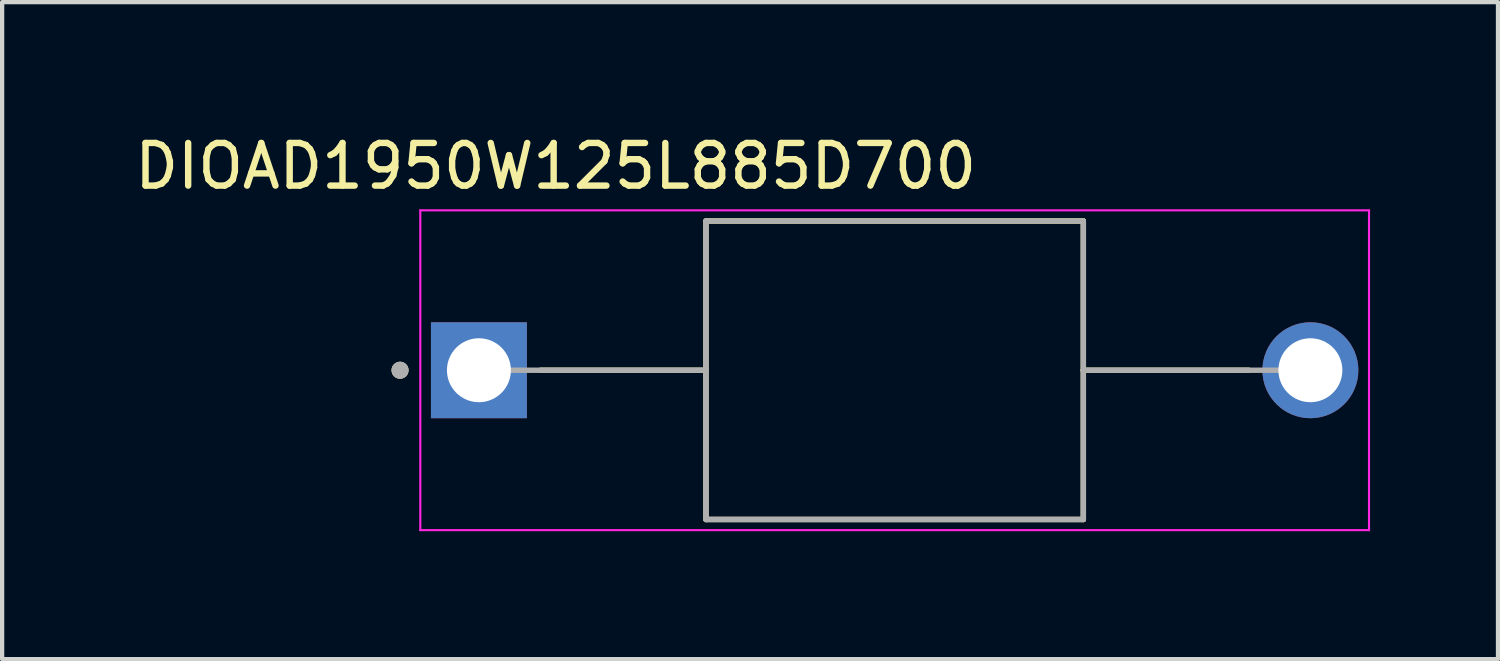
<source format=kicad_pcb>
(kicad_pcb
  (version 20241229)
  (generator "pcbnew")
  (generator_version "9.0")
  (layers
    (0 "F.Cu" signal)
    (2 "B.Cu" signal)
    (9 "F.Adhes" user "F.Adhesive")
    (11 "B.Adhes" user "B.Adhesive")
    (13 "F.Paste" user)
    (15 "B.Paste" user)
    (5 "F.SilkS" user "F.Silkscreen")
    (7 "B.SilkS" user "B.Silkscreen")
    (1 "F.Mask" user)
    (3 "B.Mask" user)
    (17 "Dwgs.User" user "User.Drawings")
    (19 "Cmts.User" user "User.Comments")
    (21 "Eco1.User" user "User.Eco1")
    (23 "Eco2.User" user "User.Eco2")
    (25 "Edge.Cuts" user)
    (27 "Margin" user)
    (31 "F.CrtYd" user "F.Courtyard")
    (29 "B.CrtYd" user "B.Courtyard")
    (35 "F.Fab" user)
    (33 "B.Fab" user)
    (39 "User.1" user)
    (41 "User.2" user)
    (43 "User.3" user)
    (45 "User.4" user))
  (footprint "DIOAD1950W125L885D700"
    (layer "F.Cu")
    (at 17.932 5.633)
    (property "Reference" "DIOAD1950W125L885D700" (at -7.95 -4.785 0) (layer "F.SilkS") (effects (font (size 1 1) (thickness 0.15))))
    (attr through_hole)
    (fp_line (start -8.305 0) (end -4.425 0) (stroke (width 0.127) (type solid)) (layer "F.SilkS"))
    (fp_line (start -4.425 -3.5) (end 4.425 -3.5) (stroke (width 0.127) (type solid)) (layer "F.SilkS"))
    (fp_line (start -4.425 0) (end -4.425 -3.5) (stroke (width 0.127) (type solid)) (layer "F.SilkS"))
    (fp_line (start -4.425 3.5) (end -4.425 0) (stroke (width 0.127) (type solid)) (layer "F.SilkS"))
    (fp_line (start 4.425 -3.5) (end 4.425 0) (stroke (width 0.127) (type solid)) (layer "F.SilkS"))
    (fp_line (start 4.425 0) (end 4.425 3.5) (stroke (width 0.127) (type solid)) (layer "F.SilkS"))
    (fp_line (start 4.425 0) (end 8.305 0) (stroke (width 0.127) (type solid)) (layer "F.SilkS"))
    (fp_line (start 4.425 3.5) (end -4.425 3.5) (stroke (width 0.127) (type solid)) (layer "F.SilkS"))
    (fp_circle (center -11.6 0) (end -11.5 0) (stroke (width 0.2) (type solid)) (fill no) (layer "F.SilkS"))
    (fp_line (start -11.125 -3.75) (end -11.125 3.75) (stroke (width 0.05) (type solid)) (layer "F.CrtYd"))
    (fp_line (start -11.125 3.75) (end 11.125 3.75) (stroke (width 0.05) (type solid)) (layer "F.CrtYd"))
    (fp_line (start 11.125 -3.75) (end -11.125 -3.75) (stroke (width 0.05) (type solid)) (layer "F.CrtYd"))
    (fp_line (start 11.125 3.75) (end 11.125 -3.75) (stroke (width 0.05) (type solid)) (layer "F.CrtYd"))
    (fp_line (start -9.75 0) (end -4.425 0) (stroke (width 0.127) (type solid)) (layer "F.Fab"))
    (fp_line (start -4.425 -3.5) (end 4.425 -3.5) (stroke (width 0.127) (type solid)) (layer "F.Fab"))
    (fp_line (start -4.425 0) (end -4.425 -3.5) (stroke (width 0.127) (type solid)) (layer "F.Fab"))
    (fp_line (start -4.425 3.5) (end -4.425 0) (stroke (width 0.127) (type solid)) (layer "F.Fab"))
    (fp_line (start 4.425 -3.5) (end 4.425 0) (stroke (width 0.127) (type solid)) (layer "F.Fab"))
    (fp_line (start 4.425 0) (end 4.425 3.5) (stroke (width 0.127) (type solid)) (layer "F.Fab"))
    (fp_line (start 4.425 0) (end 9.75 0) (stroke (width 0.127) (type solid)) (layer "F.Fab"))
    (fp_line (start 4.425 3.5) (end -4.425 3.5) (stroke (width 0.127) (type solid)) (layer "F.Fab"))
    (fp_circle (center -11.6 0) (end -11.5 0) (stroke (width 0.2) (type solid)) (fill no) (layer "F.Fab"))
    (pad "A" thru_hole circle (at 9.75 0) (size 2.25 2.25) (drill 1.5) (layers "*.Cu" "*.Mask"))
    (pad "C" thru_hole rect (at -9.75 0) (size 2.25 2.25) (drill 1.5) (layers "*.Cu" "*.Mask")))
  (gr_rect
    (start -3 -3)
    (end 32.082 12.408)
    (stroke (width 0.1) (type default))
    (fill no)
    (layer "Edge.Cuts")))
</source>
